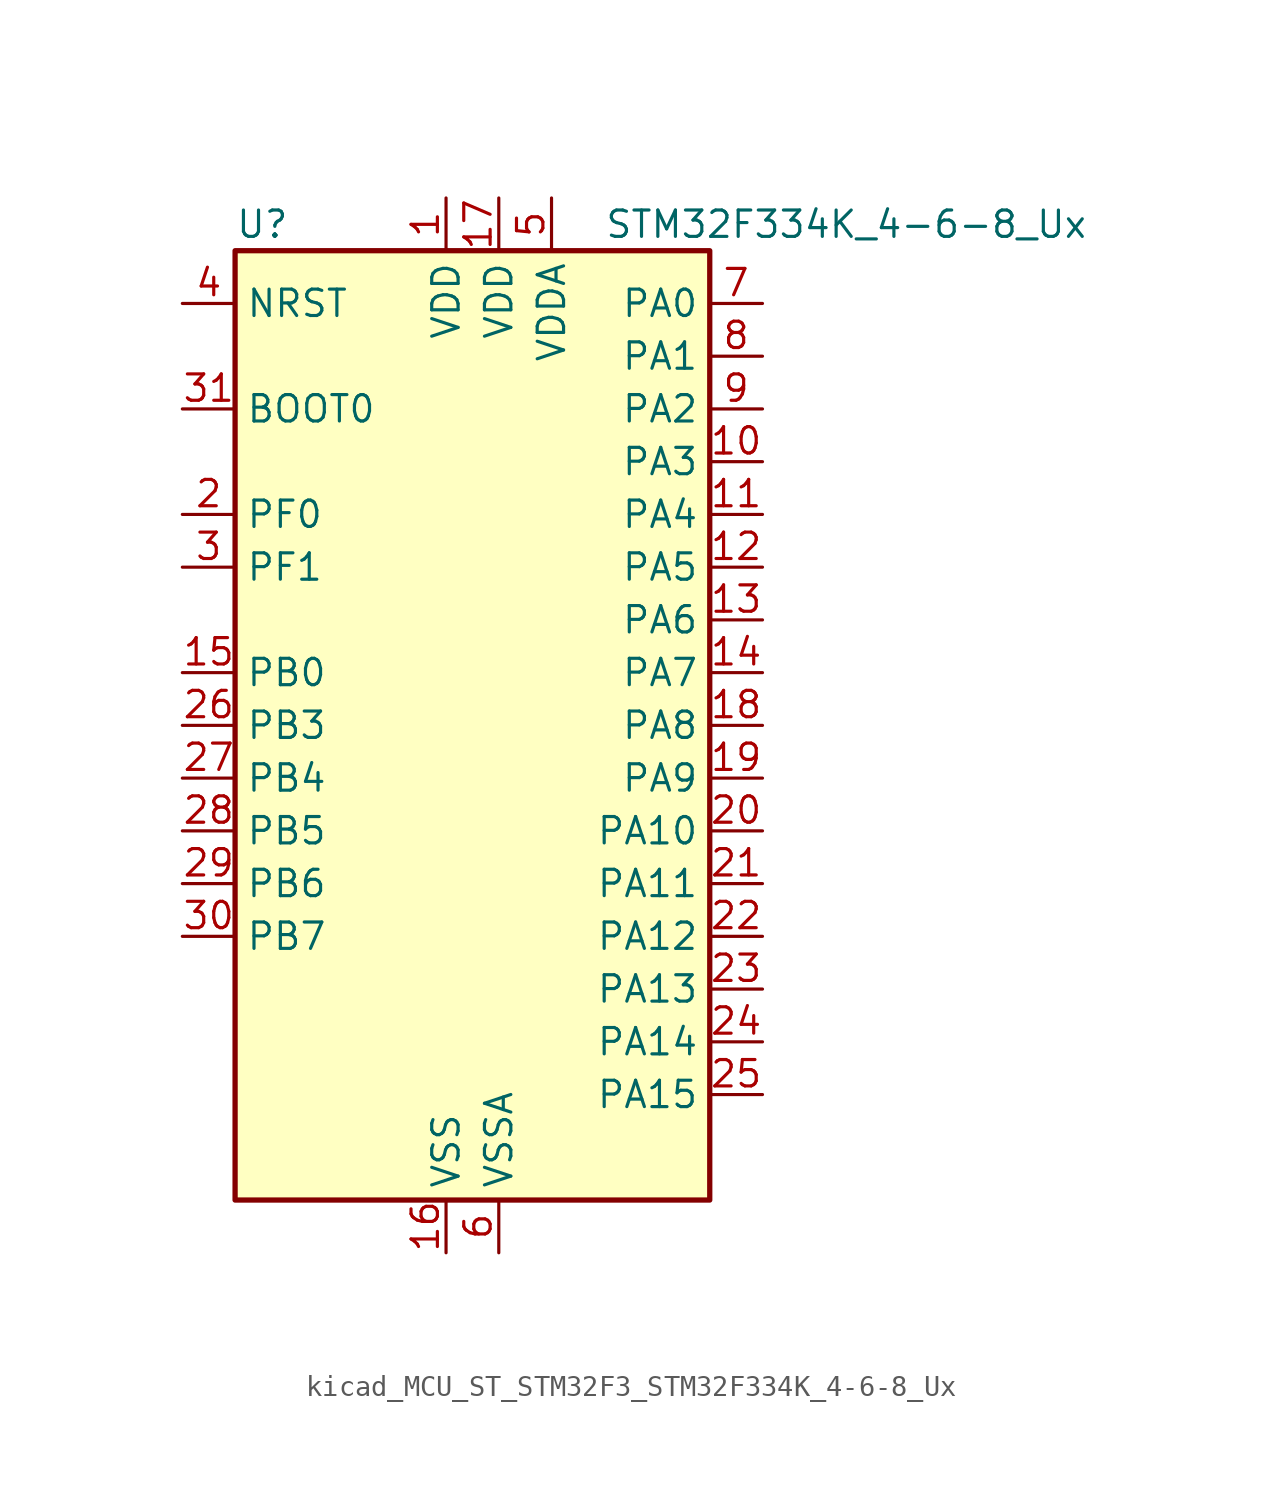
<source format=kicad_sym>
(kicad_symbol_lib
  (version 20220914)
  (generator kicad_symbol_editor)
  (symbol "kicad_MCU_ST_STM32F3_STM32F334K_4-6-8_Ux"
    (property "Reference" "U"
      (at -10.16 24.13 0)
      (effects (font (size 1.27 1.27)) (justify left)))
    (property "Value" "STM32F334K_4-6-8_Ux"
      (at 7.62 24.13 0)
      (effects (font (size 1.27 1.27)) (justify left)))
    (property "ki_locked" ""
      (at 0 0 0)
      (effects (font (size 1.27 1.27))))
    (symbol "kicad_MCU_ST_STM32F3_STM32F334K_4-6-8_Ux_0_1"
      (rectangle (start -10.16 -22.86) (end 12.7 22.86) (stroke (width 0.254) (type default)) (fill (type background))))
    (symbol "kicad_MCU_ST_STM32F3_STM32F334K_4-6-8_Ux_1_1"
      (pin power_in line (at 0 25.4 270) (length 2.54) (name "VDD" (effects (font (size 1.27 1.27)))) (number "1" (effects (font (size 1.27 1.27)))))
      (pin bidirectional line (at 15.24 12.7 180) (length 2.54) (name "PA3" (effects (font (size 1.27 1.27)))) (number "10" (effects (font (size 1.27 1.27)))) (alternate "ADC1_IN4" bidirectional line) (alternate "TIM15_CH2" bidirectional line) (alternate "TIM2_CH4" bidirectional line) (alternate "TSC_G1_IO4" bidirectional line) (alternate "USART2_RX" bidirectional line))
      (pin bidirectional line (at 15.24 10.16 180) (length 2.54) (name "PA4" (effects (font (size 1.27 1.27)))) (number "11" (effects (font (size 1.27 1.27)))) (alternate "ADC2_IN1" bidirectional line) (alternate "COMP2_INM" bidirectional line) (alternate "COMP4_INM" bidirectional line) (alternate "DAC1_OUT1" bidirectional line) (alternate "SPI1_NSS" bidirectional line) (alternate "TIM3_CH2" bidirectional line) (alternate "TSC_G2_IO1" bidirectional line) (alternate "USART2_CK" bidirectional line))
      (pin bidirectional line (at 15.24 7.62 180) (length 2.54) (name "PA5" (effects (font (size 1.27 1.27)))) (number "12" (effects (font (size 1.27 1.27)))) (alternate "ADC2_IN2" bidirectional line) (alternate "DAC1_OUT2" bidirectional line) (alternate "OPAMP2_VINM" bidirectional line) (alternate "OPAMP2_VINM_SEC" bidirectional line) (alternate "SPI1_SCK" bidirectional line) (alternate "TIM2_CH1" bidirectional line) (alternate "TIM2_ETR" bidirectional line) (alternate "TSC_G2_IO2" bidirectional line))
      (pin bidirectional line (at 15.24 5.08 180) (length 2.54) (name "PA6" (effects (font (size 1.27 1.27)))) (number "13" (effects (font (size 1.27 1.27)))) (alternate "ADC2_IN3" bidirectional line) (alternate "DAC2_OUT1" bidirectional line) (alternate "OPAMP2_DIG" bidirectional line) (alternate "OPAMP2_VOUT" bidirectional line) (alternate "SPI1_MISO" bidirectional line) (alternate "TIM16_CH1" bidirectional line) (alternate "TIM1_BKIN" bidirectional line) (alternate "TIM3_CH1" bidirectional line) (alternate "TSC_G2_IO3" bidirectional line))
      (pin bidirectional line (at 15.24 2.54 180) (length 2.54) (name "PA7" (effects (font (size 1.27 1.27)))) (number "14" (effects (font (size 1.27 1.27)))) (alternate "ADC2_IN4" bidirectional line) (alternate "COMP2_INP" bidirectional line) (alternate "OPAMP2_VINP" bidirectional line) (alternate "OPAMP2_VINP_SEC" bidirectional line) (alternate "SPI1_MOSI" bidirectional line) (alternate "TIM17_CH1" bidirectional line) (alternate "TIM1_CH1N" bidirectional line) (alternate "TIM3_CH2" bidirectional line) (alternate "TSC_G2_IO4" bidirectional line))
      (pin bidirectional line (at -12.7 2.54 0) (length 2.54) (name "PB0" (effects (font (size 1.27 1.27)))) (number "15" (effects (font (size 1.27 1.27)))) (alternate "ADC1_IN11" bidirectional line) (alternate "COMP4_INP" bidirectional line) (alternate "OPAMP2_VINP" bidirectional line) (alternate "OPAMP2_VINP_SEC" bidirectional line) (alternate "TIM1_CH2N" bidirectional line) (alternate "TIM3_CH3" bidirectional line) (alternate "TSC_G3_IO2" bidirectional line))
      (pin power_in line (at 0 -25.4 90) (length 2.54) (name "VSS" (effects (font (size 1.27 1.27)))) (number "16" (effects (font (size 1.27 1.27)))))
      (pin power_in line (at 2.54 25.4 270) (length 2.54) (name "VDD" (effects (font (size 1.27 1.27)))) (number "17" (effects (font (size 1.27 1.27)))))
      (pin bidirectional line (at 15.24 0 180) (length 2.54) (name "PA8" (effects (font (size 1.27 1.27)))) (number "18" (effects (font (size 1.27 1.27)))) (alternate "HRTIM1_CHA1" bidirectional line) (alternate "RCC_MCO" bidirectional line) (alternate "TIM1_CH1" bidirectional line) (alternate "USART1_CK" bidirectional line))
      (pin bidirectional line (at 15.24 -2.54 180) (length 2.54) (name "PA9" (effects (font (size 1.27 1.27)))) (number "19" (effects (font (size 1.27 1.27)))) (alternate "DAC1_EXTI9" bidirectional line) (alternate "DAC2_EXTI9" bidirectional line) (alternate "HRTIM1_CHA2" bidirectional line) (alternate "TIM15_BKIN" bidirectional line) (alternate "TIM1_CH2" bidirectional line) (alternate "TIM2_CH3" bidirectional line) (alternate "TSC_G4_IO1" bidirectional line) (alternate "USART1_TX" bidirectional line))
      (pin bidirectional line (at -12.7 10.16 0) (length 2.54) (name "PF0" (effects (font (size 1.27 1.27)))) (number "2" (effects (font (size 1.27 1.27)))) (alternate "RCC_OSC_IN" bidirectional line) (alternate "TIM1_CH3N" bidirectional line))
      (pin bidirectional line (at 15.24 -5.08 180) (length 2.54) (name "PA10" (effects (font (size 1.27 1.27)))) (number "20" (effects (font (size 1.27 1.27)))) (alternate "HRTIM1_CHB1" bidirectional line) (alternate "TIM17_BKIN" bidirectional line) (alternate "TIM1_CH3" bidirectional line) (alternate "TIM2_CH4" bidirectional line) (alternate "TSC_G4_IO2" bidirectional line) (alternate "USART1_RX" bidirectional line))
      (pin bidirectional line (at 15.24 -7.62 180) (length 2.54) (name "PA11" (effects (font (size 1.27 1.27)))) (number "21" (effects (font (size 1.27 1.27)))) (alternate "ADC1_EXTI11" bidirectional line) (alternate "ADC2_EXTI11" bidirectional line) (alternate "CAN_RX" bidirectional line) (alternate "HRTIM1_CHB2" bidirectional line) (alternate "TIM1_BKIN2" bidirectional line) (alternate "TIM1_CH1N" bidirectional line) (alternate "TIM1_CH4" bidirectional line) (alternate "USART1_CTS" bidirectional line))
      (pin bidirectional line (at 15.24 -10.16 180) (length 2.54) (name "PA12" (effects (font (size 1.27 1.27)))) (number "22" (effects (font (size 1.27 1.27)))) (alternate "CAN_TX" bidirectional line) (alternate "COMP2_OUT" bidirectional line) (alternate "HRTIM1_FLT1" bidirectional line) (alternate "TIM16_CH1" bidirectional line) (alternate "TIM1_CH2N" bidirectional line) (alternate "TIM1_ETR" bidirectional line) (alternate "USART1_DE" bidirectional line) (alternate "USART1_RTS" bidirectional line))
      (pin bidirectional line (at 15.24 -12.7 180) (length 2.54) (name "PA13" (effects (font (size 1.27 1.27)))) (number "23" (effects (font (size 1.27 1.27)))) (alternate "IR_OUT" bidirectional line) (alternate "SYS_JTMS-SWDIO" bidirectional line) (alternate "TIM16_CH1N" bidirectional line) (alternate "TSC_G4_IO3" bidirectional line))
      (pin bidirectional line (at 15.24 -15.24 180) (length 2.54) (name "PA14" (effects (font (size 1.27 1.27)))) (number "24" (effects (font (size 1.27 1.27)))) (alternate "I2C1_SDA" bidirectional line) (alternate "SYS_JTCK-SWCLK" bidirectional line) (alternate "TIM1_BKIN" bidirectional line) (alternate "TSC_G4_IO4" bidirectional line) (alternate "USART2_TX" bidirectional line))
      (pin bidirectional line (at 15.24 -17.78 180) (length 2.54) (name "PA15" (effects (font (size 1.27 1.27)))) (number "25" (effects (font (size 1.27 1.27)))) (alternate "ADC1_EXTI15" bidirectional line) (alternate "ADC2_EXTI15" bidirectional line) (alternate "HRTIM1_FLT2" bidirectional line) (alternate "I2C1_SCL" bidirectional line) (alternate "SPI1_NSS" bidirectional line) (alternate "SYS_JTDI" bidirectional line) (alternate "TIM1_BKIN" bidirectional line) (alternate "TIM2_CH1" bidirectional line) (alternate "TIM2_ETR" bidirectional line) (alternate "TSC_SYNC" bidirectional line) (alternate "USART2_RX" bidirectional line))
      (pin bidirectional line (at -12.7 0 0) (length 2.54) (name "PB3" (effects (font (size 1.27 1.27)))) (number "26" (effects (font (size 1.27 1.27)))) (alternate "HRTIM1_EEV9" bidirectional line) (alternate "HRTIM1_SCOUT" bidirectional line) (alternate "SPI1_SCK" bidirectional line) (alternate "SYS_JTDO-TRACESWO" bidirectional line) (alternate "TIM2_CH2" bidirectional line) (alternate "TIM3_ETR" bidirectional line) (alternate "TSC_G5_IO1" bidirectional line) (alternate "USART2_TX" bidirectional line))
      (pin bidirectional line (at -12.7 -2.54 0) (length 2.54) (name "PB4" (effects (font (size 1.27 1.27)))) (number "27" (effects (font (size 1.27 1.27)))) (alternate "HRTIM1_EEV7" bidirectional line) (alternate "SPI1_MISO" bidirectional line) (alternate "SYS_NJTRST" bidirectional line) (alternate "TIM16_CH1" bidirectional line) (alternate "TIM17_BKIN" bidirectional line) (alternate "TIM3_CH1" bidirectional line) (alternate "TSC_G5_IO2" bidirectional line) (alternate "USART2_RX" bidirectional line))
      (pin bidirectional line (at -12.7 -5.08 0) (length 2.54) (name "PB5" (effects (font (size 1.27 1.27)))) (number "28" (effects (font (size 1.27 1.27)))) (alternate "HRTIM1_EEV6" bidirectional line) (alternate "I2C1_SMBA" bidirectional line) (alternate "SPI1_MOSI" bidirectional line) (alternate "TIM16_BKIN" bidirectional line) (alternate "TIM17_CH1" bidirectional line) (alternate "TIM3_CH2" bidirectional line) (alternate "USART2_CK" bidirectional line))
      (pin bidirectional line (at -12.7 -7.62 0) (length 2.54) (name "PB6" (effects (font (size 1.27 1.27)))) (number "29" (effects (font (size 1.27 1.27)))) (alternate "HRTIM1_EEV4" bidirectional line) (alternate "HRTIM1_SCIN" bidirectional line) (alternate "I2C1_SCL" bidirectional line) (alternate "TIM16_CH1N" bidirectional line) (alternate "TSC_G5_IO3" bidirectional line) (alternate "USART1_TX" bidirectional line))
      (pin bidirectional line (at -12.7 7.62 0) (length 2.54) (name "PF1" (effects (font (size 1.27 1.27)))) (number "3" (effects (font (size 1.27 1.27)))) (alternate "RCC_OSC_OUT" bidirectional line))
      (pin bidirectional line (at -12.7 -10.16 0) (length 2.54) (name "PB7" (effects (font (size 1.27 1.27)))) (number "30" (effects (font (size 1.27 1.27)))) (alternate "HRTIM1_EEV3" bidirectional line) (alternate "I2C1_SDA" bidirectional line) (alternate "TIM17_CH1N" bidirectional line) (alternate "TIM3_CH4" bidirectional line) (alternate "TSC_G5_IO4" bidirectional line) (alternate "USART1_RX" bidirectional line))
      (pin input line (at -12.7 15.24 0) (length 2.54) (name "BOOT0" (effects (font (size 1.27 1.27)))) (number "31" (effects (font (size 1.27 1.27)))))
      (pin passive line (at 0 -25.4 90) (length 2.54) hide (name "VSS" (effects (font (size 1.27 1.27)))) (number "32" (effects (font (size 1.27 1.27)))))
      (pin passive line (at 0 -25.4 90) (length 2.54) hide (name "VSS" (effects (font (size 1.27 1.27)))) (number "33" (effects (font (size 1.27 1.27)))))
      (pin input line (at -12.7 20.32 0) (length 2.54) (name "NRST" (effects (font (size 1.27 1.27)))) (number "4" (effects (font (size 1.27 1.27)))))
      (pin power_in line (at 5.08 25.4 270) (length 2.54) (name "VDDA" (effects (font (size 1.27 1.27)))) (number "5" (effects (font (size 1.27 1.27)))))
      (pin power_in line (at 2.54 -25.4 90) (length 2.54) (name "VSSA" (effects (font (size 1.27 1.27)))) (number "6" (effects (font (size 1.27 1.27)))))
      (pin bidirectional line (at 15.24 20.32 180) (length 2.54) (name "PA0" (effects (font (size 1.27 1.27)))) (number "7" (effects (font (size 1.27 1.27)))) (alternate "ADC1_IN1" bidirectional line) (alternate "RTC_TAMP2" bidirectional line) (alternate "SYS_WKUP1" bidirectional line) (alternate "TIM2_CH1" bidirectional line) (alternate "TIM2_ETR" bidirectional line) (alternate "TSC_G1_IO1" bidirectional line) (alternate "USART2_CTS" bidirectional line))
      (pin bidirectional line (at 15.24 17.78 180) (length 2.54) (name "PA1" (effects (font (size 1.27 1.27)))) (number "8" (effects (font (size 1.27 1.27)))) (alternate "ADC1_IN2" bidirectional line) (alternate "RTC_REFIN" bidirectional line) (alternate "TIM15_CH1N" bidirectional line) (alternate "TIM2_CH2" bidirectional line) (alternate "TSC_G1_IO2" bidirectional line) (alternate "USART2_DE" bidirectional line) (alternate "USART2_RTS" bidirectional line))
      (pin bidirectional line (at 15.24 15.24 180) (length 2.54) (name "PA2" (effects (font (size 1.27 1.27)))) (number "9" (effects (font (size 1.27 1.27)))) (alternate "ADC1_IN3" bidirectional line) (alternate "COMP2_INM" bidirectional line) (alternate "COMP2_OUT" bidirectional line) (alternate "TIM15_CH1" bidirectional line) (alternate "TIM2_CH3" bidirectional line) (alternate "TSC_G1_IO3" bidirectional line) (alternate "USART2_TX" bidirectional line)))))
</source>
